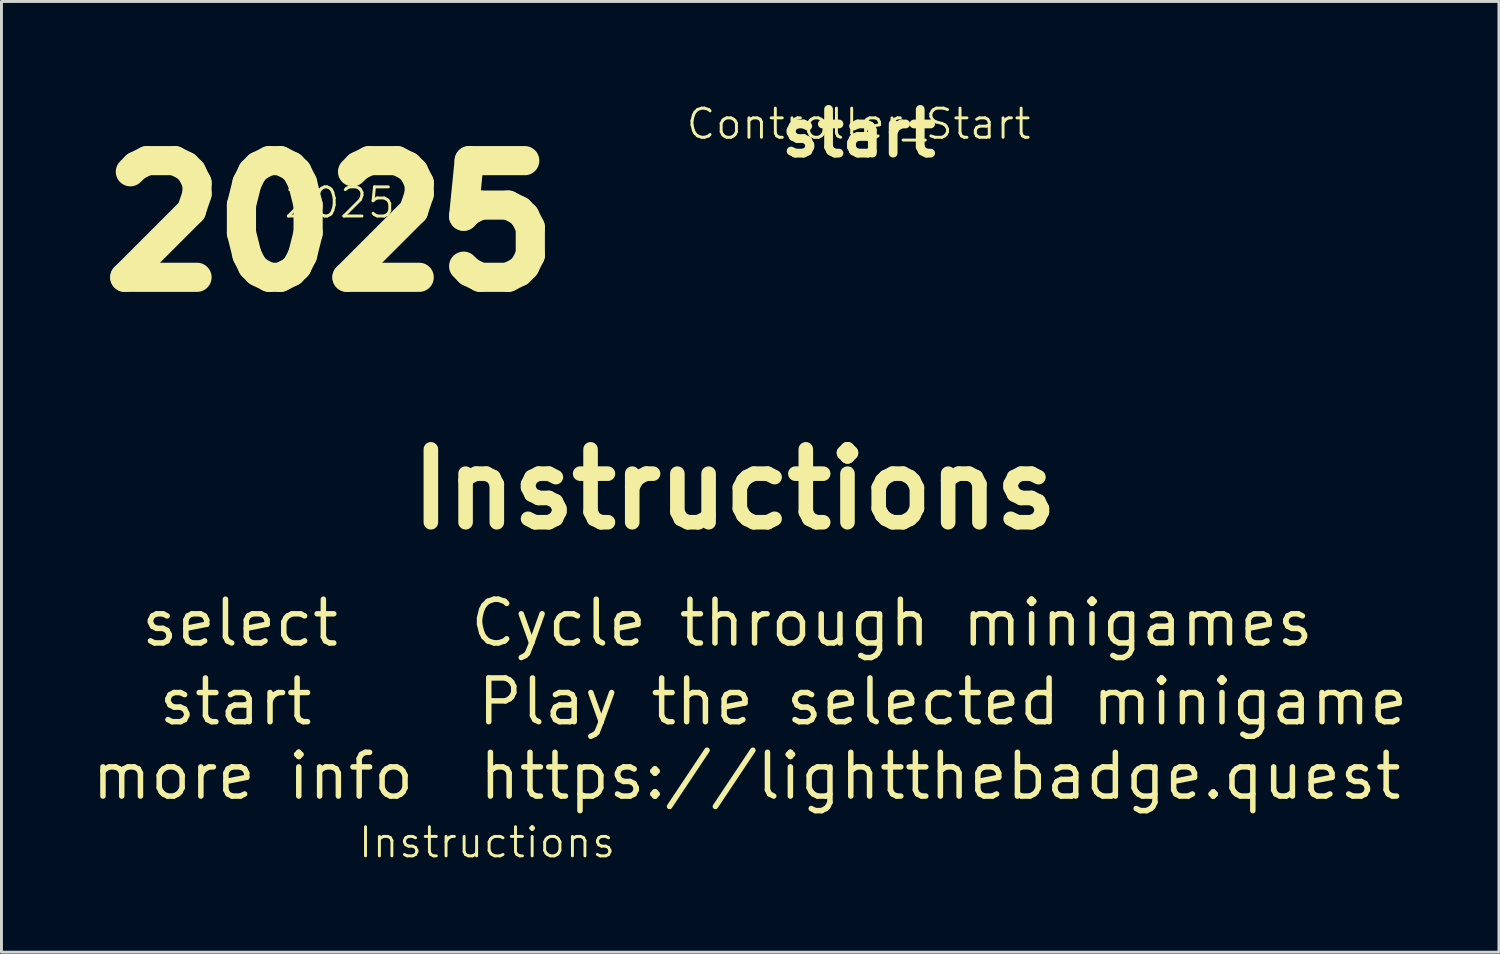
<source format=kicad_pcb>
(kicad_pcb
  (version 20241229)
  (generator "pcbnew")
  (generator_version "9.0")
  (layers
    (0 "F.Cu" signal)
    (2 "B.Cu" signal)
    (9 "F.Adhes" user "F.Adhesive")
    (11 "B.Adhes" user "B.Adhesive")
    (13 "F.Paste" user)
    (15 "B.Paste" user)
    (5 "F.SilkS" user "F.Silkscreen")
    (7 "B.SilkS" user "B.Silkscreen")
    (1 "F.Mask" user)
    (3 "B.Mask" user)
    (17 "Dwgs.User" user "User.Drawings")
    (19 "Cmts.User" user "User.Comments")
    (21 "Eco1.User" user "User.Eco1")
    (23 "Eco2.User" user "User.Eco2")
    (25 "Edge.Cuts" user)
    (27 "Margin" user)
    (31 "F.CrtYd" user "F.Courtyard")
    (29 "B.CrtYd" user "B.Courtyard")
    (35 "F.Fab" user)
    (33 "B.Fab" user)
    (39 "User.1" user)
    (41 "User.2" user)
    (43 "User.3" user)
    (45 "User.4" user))
  (footprint "Controller_Start"
    (layer "F.Cu")
    (at 26.393 1.7)
    (property "Reference" "Controller_Start" (at 0 -0.5 0) (unlocked yes) (layer "F.SilkS") (effects (font (size 1 1) (thickness 0.1))))
    (attr smd)
    (fp_text user "start" (at -2.8 0.7 0) (unlocked yes) (layer "F.SilkS") (effects (font (size 1.5 1.5) (thickness 0.3) (bold yes)) (justify left bottom))))
  (footprint "2025"
    (layer "F.Cu")
    (at 8.6 4.4)
    (property "Reference" "2025" (at 0 -0.5 0) (unlocked yes) (layer "F.SilkS") (effects (font (size 1 1) (thickness 0.1))))
    (attr smd)
    (fp_text user "2025" (at -8.6 2.6 0) (unlocked yes) (layer "F.SilkS") (effects (font (size 4 4) (thickness 1) (bold yes)) (justify left bottom))))
  (footprint "Instructions"
    (layer "F.Cu")
    (at 13.65 26.34)
    (property "Reference" "Instructions" (at 0 -0.5 0) (unlocked yes) (layer "F.SilkS") (effects (font (size 1 1) (thickness 0.1))))
    (attr smd)
    (fp_text user "Instructions" (at -2.85 -11.15 0) (unlocked yes) (layer "F.SilkS") (effects (font (size 2.5 2.5) (thickness 0.5) (bold yes)) (justify left bottom)))
    (fp_text user "start     Play the selected minigame" (at -11.35 -4.45 0) (unlocked yes) (layer "F.SilkS") (effects (font (size 1.5 1.5) (thickness 0.188)) (justify left bottom)))
    (fp_text user "select    Cycle through minigames" (at -11.95 -7.15 0) (unlocked yes) (layer "F.SilkS") (effects (font (size 1.5 1.5) (thickness 0.188)) (justify left bottom)))
    (fp_text user "more info  https://lightthebadge.quest" (at -13.65 -1.9 0) (unlocked yes) (layer "F.SilkS") (effects (font (size 1.5 1.5) (thickness 0.188)) (justify left bottom))))
  (gr_rect
    (start -3 -3)
    (end 48.348 29.601)
    (stroke (width 0.1) (type default))
    (fill no)
    (layer "Edge.Cuts")))
</source>
